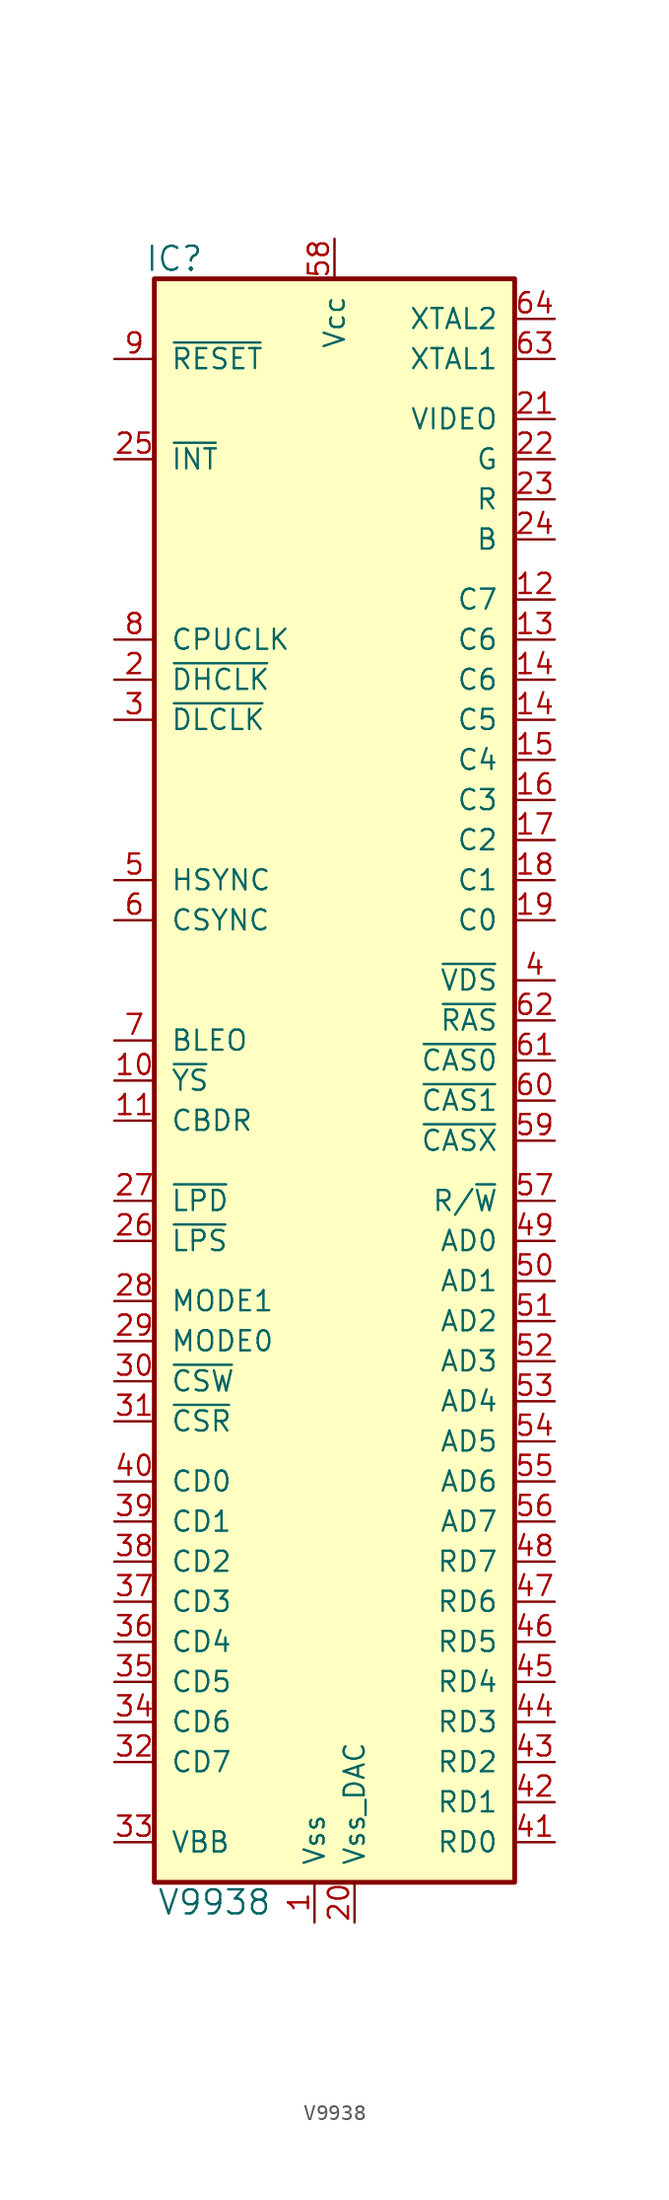
<source format=kicad_sym>
(kicad_symbol_lib
  (version 20231120)
  (generator "kicad_symbol_editor")
  (generator_version "8.0")
  (symbol "V9938"
    (pin_names
      (offset 1.016))
    (property "Reference" "IC"
      (at -10.16 52.07 0)
      (effects (font (size 1.524 1.524))))
    (property "Value" "V9938"
      (at -7.62 -52.07 0)
      (effects (font (size 1.524 1.524))))
    (symbol "V9938_1_1"
      (rectangle (start -11.43 -50.8) (end 11.43 50.8) (stroke (width 0.305) (type solid)) (fill (type background)))
      (pin power_in line (at -1.27 -53.34 90) (length 2.54) (name "Vss" (effects (font (size 1.27 1.27)))) (number "1" (effects (font (size 1.27 1.27)))))
      (pin output line (at -13.97 0 0) (length 2.54) (name "~{YS}" (effects (font (size 1.27 1.27)))) (number "10" (effects (font (size 1.27 1.27)))))
      (pin output line (at -13.97 -2.54 0) (length 2.54) (name "CBDR" (effects (font (size 1.27 1.27)))) (number "11" (effects (font (size 1.27 1.27)))))
      (pin bidirectional line (at 13.97 30.48 180) (length 2.54) (name "C7" (effects (font (size 1.27 1.27)))) (number "12" (effects (font (size 1.27 1.27)))))
      (pin bidirectional line (at 13.97 27.94 180) (length 2.54) (name "C6" (effects (font (size 1.27 1.27)))) (number "13" (effects (font (size 1.27 1.27)))))
      (pin bidirectional line (at 13.97 22.86 180) (length 2.54) (name "C5" (effects (font (size 1.27 1.27)))) (number "14" (effects (font (size 1.27 1.27)))))
      (pin bidirectional line (at 13.97 25.4 180) (length 2.54) (name "C6" (effects (font (size 1.27 1.27)))) (number "14" (effects (font (size 1.27 1.27)))))
      (pin bidirectional line (at 13.97 20.32 180) (length 2.54) (name "C4" (effects (font (size 1.27 1.27)))) (number "15" (effects (font (size 1.27 1.27)))))
      (pin bidirectional line (at 13.97 17.78 180) (length 2.54) (name "C3" (effects (font (size 1.27 1.27)))) (number "16" (effects (font (size 1.27 1.27)))))
      (pin bidirectional line (at 13.97 15.24 180) (length 2.54) (name "C2" (effects (font (size 1.27 1.27)))) (number "17" (effects (font (size 1.27 1.27)))))
      (pin bidirectional line (at 13.97 12.7 180) (length 2.54) (name "C1" (effects (font (size 1.27 1.27)))) (number "18" (effects (font (size 1.27 1.27)))))
      (pin bidirectional line (at 13.97 10.16 180) (length 2.54) (name "C0" (effects (font (size 1.27 1.27)))) (number "19" (effects (font (size 1.27 1.27)))))
      (pin output line (at -13.97 25.4 0) (length 2.54) (name "~{DHCLK}" (effects (font (size 1.27 1.27)))) (number "2" (effects (font (size 1.27 1.27)))))
      (pin power_in line (at 1.27 -53.34 90) (length 2.54) (name "Vss_DAC" (effects (font (size 1.27 1.27)))) (number "20" (effects (font (size 1.27 1.27)))))
      (pin output line (at 13.97 41.91 180) (length 2.54) (name "VIDEO" (effects (font (size 1.27 1.27)))) (number "21" (effects (font (size 1.27 1.27)))))
      (pin output line (at 13.97 39.37 180) (length 2.54) (name "G" (effects (font (size 1.27 1.27)))) (number "22" (effects (font (size 1.27 1.27)))))
      (pin output line (at 13.97 36.83 180) (length 2.54) (name "R" (effects (font (size 1.27 1.27)))) (number "23" (effects (font (size 1.27 1.27)))))
      (pin output line (at 13.97 34.29 180) (length 2.54) (name "B" (effects (font (size 1.27 1.27)))) (number "24" (effects (font (size 1.27 1.27)))))
      (pin output line (at -13.97 39.37 0) (length 2.54) (name "~{INT}" (effects (font (size 1.27 1.27)))) (number "25" (effects (font (size 1.27 1.27)))))
      (pin input line (at -13.97 -10.16 0) (length 2.54) (name "~{LPS}" (effects (font (size 1.27 1.27)))) (number "26" (effects (font (size 1.27 1.27)))))
      (pin input line (at -13.97 -7.62 0) (length 2.54) (name "~{LPD}" (effects (font (size 1.27 1.27)))) (number "27" (effects (font (size 1.27 1.27)))))
      (pin input line (at -13.97 -13.97 0) (length 2.54) (name "MODE1" (effects (font (size 1.27 1.27)))) (number "28" (effects (font (size 1.27 1.27)))))
      (pin input line (at -13.97 -16.51 0) (length 2.54) (name "MODE0" (effects (font (size 1.27 1.27)))) (number "29" (effects (font (size 1.27 1.27)))))
      (pin bidirectional line (at -13.97 22.86 0) (length 2.54) (name "~{DLCLK}" (effects (font (size 1.27 1.27)))) (number "3" (effects (font (size 1.27 1.27)))))
      (pin input line (at -13.97 -19.05 0) (length 2.54) (name "~{CSW}" (effects (font (size 1.27 1.27)))) (number "30" (effects (font (size 1.27 1.27)))))
      (pin input line (at -13.97 -21.59 0) (length 2.54) (name "~{CSR}" (effects (font (size 1.27 1.27)))) (number "31" (effects (font (size 1.27 1.27)))))
      (pin bidirectional line (at -13.97 -43.18 0) (length 2.54) (name "CD7" (effects (font (size 1.27 1.27)))) (number "32" (effects (font (size 1.27 1.27)))))
      (pin input line (at -13.97 -48.26 0) (length 2.54) (name "VBB" (effects (font (size 1.27 1.27)))) (number "33" (effects (font (size 1.27 1.27)))))
      (pin bidirectional line (at -13.97 -40.64 0) (length 2.54) (name "CD6" (effects (font (size 1.27 1.27)))) (number "34" (effects (font (size 1.27 1.27)))))
      (pin bidirectional line (at -13.97 -38.1 0) (length 2.54) (name "CD5" (effects (font (size 1.27 1.27)))) (number "35" (effects (font (size 1.27 1.27)))))
      (pin bidirectional line (at -13.97 -35.56 0) (length 2.54) (name "CD4" (effects (font (size 1.27 1.27)))) (number "36" (effects (font (size 1.27 1.27)))))
      (pin bidirectional line (at -13.97 -33.02 0) (length 2.54) (name "CD3" (effects (font (size 1.27 1.27)))) (number "37" (effects (font (size 1.27 1.27)))))
      (pin bidirectional line (at -13.97 -30.48 0) (length 2.54) (name "CD2" (effects (font (size 1.27 1.27)))) (number "38" (effects (font (size 1.27 1.27)))))
      (pin bidirectional line (at -13.97 -27.94 0) (length 2.54) (name "CD1" (effects (font (size 1.27 1.27)))) (number "39" (effects (font (size 1.27 1.27)))))
      (pin output line (at 13.97 6.35 180) (length 2.54) (name "~{VDS}" (effects (font (size 1.27 1.27)))) (number "4" (effects (font (size 1.27 1.27)))))
      (pin bidirectional line (at -13.97 -25.4 0) (length 2.54) (name "CD0" (effects (font (size 1.27 1.27)))) (number "40" (effects (font (size 1.27 1.27)))))
      (pin bidirectional line (at 13.97 -48.26 180) (length 2.54) (name "RD0" (effects (font (size 1.27 1.27)))) (number "41" (effects (font (size 1.27 1.27)))))
      (pin bidirectional line (at 13.97 -45.72 180) (length 2.54) (name "RD1" (effects (font (size 1.27 1.27)))) (number "42" (effects (font (size 1.27 1.27)))))
      (pin bidirectional line (at 13.97 -43.18 180) (length 2.54) (name "RD2" (effects (font (size 1.27 1.27)))) (number "43" (effects (font (size 1.27 1.27)))))
      (pin bidirectional line (at 13.97 -40.64 180) (length 2.54) (name "RD3" (effects (font (size 1.27 1.27)))) (number "44" (effects (font (size 1.27 1.27)))))
      (pin bidirectional line (at 13.97 -38.1 180) (length 2.54) (name "RD4" (effects (font (size 1.27 1.27)))) (number "45" (effects (font (size 1.27 1.27)))))
      (pin bidirectional line (at 13.97 -35.56 180) (length 2.54) (name "RD5" (effects (font (size 1.27 1.27)))) (number "46" (effects (font (size 1.27 1.27)))))
      (pin bidirectional line (at 13.97 -33.02 180) (length 2.54) (name "RD6" (effects (font (size 1.27 1.27)))) (number "47" (effects (font (size 1.27 1.27)))))
      (pin bidirectional line (at 13.97 -30.48 180) (length 2.54) (name "RD7" (effects (font (size 1.27 1.27)))) (number "48" (effects (font (size 1.27 1.27)))))
      (pin output line (at 13.97 -10.16 180) (length 2.54) (name "AD0" (effects (font (size 1.27 1.27)))) (number "49" (effects (font (size 1.27 1.27)))))
      (pin bidirectional line (at -13.97 12.7 0) (length 2.54) (name "HSYNC" (effects (font (size 1.27 1.27)))) (number "5" (effects (font (size 1.27 1.27)))))
      (pin output line (at 13.97 -12.7 180) (length 2.54) (name "AD1" (effects (font (size 1.27 1.27)))) (number "50" (effects (font (size 1.27 1.27)))))
      (pin output line (at 13.97 -15.24 180) (length 2.54) (name "AD2" (effects (font (size 1.27 1.27)))) (number "51" (effects (font (size 1.27 1.27)))))
      (pin output line (at 13.97 -17.78 180) (length 2.54) (name "AD3" (effects (font (size 1.27 1.27)))) (number "52" (effects (font (size 1.27 1.27)))))
      (pin output line (at 13.97 -20.32 180) (length 2.54) (name "AD4" (effects (font (size 1.27 1.27)))) (number "53" (effects (font (size 1.27 1.27)))))
      (pin output line (at 13.97 -22.86 180) (length 2.54) (name "AD5" (effects (font (size 1.27 1.27)))) (number "54" (effects (font (size 1.27 1.27)))))
      (pin output line (at 13.97 -25.4 180) (length 2.54) (name "AD6" (effects (font (size 1.27 1.27)))) (number "55" (effects (font (size 1.27 1.27)))))
      (pin output line (at 13.97 -27.94 180) (length 2.54) (name "AD7" (effects (font (size 1.27 1.27)))) (number "56" (effects (font (size 1.27 1.27)))))
      (pin output line (at 13.97 -7.62 180) (length 2.54) (name "R/~{W}" (effects (font (size 1.27 1.27)))) (number "57" (effects (font (size 1.27 1.27)))))
      (pin power_in line (at 0 53.34 270) (length 2.54) (name "Vcc" (effects (font (size 1.27 1.27)))) (number "58" (effects (font (size 1.27 1.27)))))
      (pin output line (at 13.97 -3.81 180) (length 2.54) (name "~{CASX}" (effects (font (size 1.27 1.27)))) (number "59" (effects (font (size 1.27 1.27)))))
      (pin bidirectional line (at -13.97 10.16 0) (length 2.54) (name "CSYNC" (effects (font (size 1.27 1.27)))) (number "6" (effects (font (size 1.27 1.27)))))
      (pin output line (at 13.97 -1.27 180) (length 2.54) (name "~{CAS1}" (effects (font (size 1.27 1.27)))) (number "60" (effects (font (size 1.27 1.27)))))
      (pin output line (at 13.97 1.27 180) (length 2.54) (name "~{CAS0}" (effects (font (size 1.27 1.27)))) (number "61" (effects (font (size 1.27 1.27)))))
      (pin output line (at 13.97 3.81 180) (length 2.54) (name "~{RAS}" (effects (font (size 1.27 1.27)))) (number "62" (effects (font (size 1.27 1.27)))))
      (pin output line (at 13.97 45.72 180) (length 2.54) (name "XTAL1" (effects (font (size 1.27 1.27)))) (number "63" (effects (font (size 1.27 1.27)))))
      (pin input line (at 13.97 48.26 180) (length 2.54) (name "XTAL2" (effects (font (size 1.27 1.27)))) (number "64" (effects (font (size 1.27 1.27)))))
      (pin output line (at -13.97 2.54 0) (length 2.54) (name "BLEO" (effects (font (size 1.27 1.27)))) (number "7" (effects (font (size 1.27 1.27)))))
      (pin output line (at -13.97 27.94 0) (length 2.54) (name "CPUCLK" (effects (font (size 1.27 1.27)))) (number "8" (effects (font (size 1.27 1.27)))))
      (pin input line (at -13.97 45.72 0) (length 2.54) (name "~{RESET}" (effects (font (size 1.27 1.27)))) (number "9" (effects (font (size 1.27 1.27))))))))
</source>
